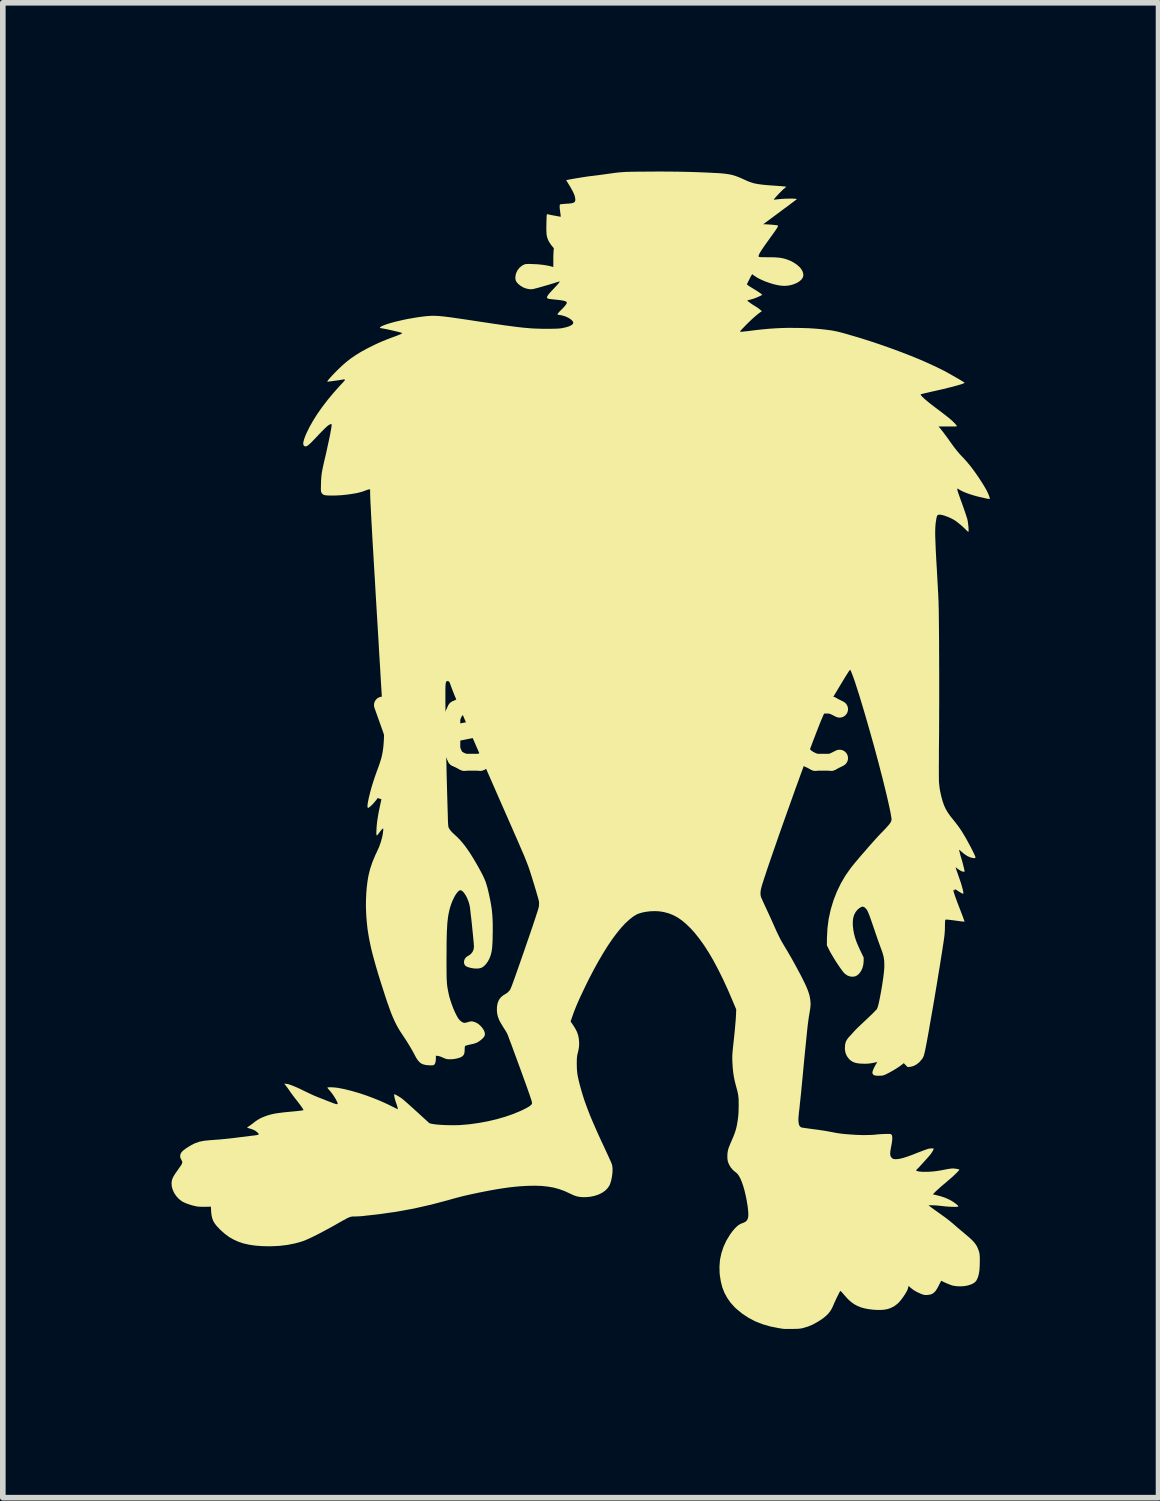
<source format=kicad_pcb>
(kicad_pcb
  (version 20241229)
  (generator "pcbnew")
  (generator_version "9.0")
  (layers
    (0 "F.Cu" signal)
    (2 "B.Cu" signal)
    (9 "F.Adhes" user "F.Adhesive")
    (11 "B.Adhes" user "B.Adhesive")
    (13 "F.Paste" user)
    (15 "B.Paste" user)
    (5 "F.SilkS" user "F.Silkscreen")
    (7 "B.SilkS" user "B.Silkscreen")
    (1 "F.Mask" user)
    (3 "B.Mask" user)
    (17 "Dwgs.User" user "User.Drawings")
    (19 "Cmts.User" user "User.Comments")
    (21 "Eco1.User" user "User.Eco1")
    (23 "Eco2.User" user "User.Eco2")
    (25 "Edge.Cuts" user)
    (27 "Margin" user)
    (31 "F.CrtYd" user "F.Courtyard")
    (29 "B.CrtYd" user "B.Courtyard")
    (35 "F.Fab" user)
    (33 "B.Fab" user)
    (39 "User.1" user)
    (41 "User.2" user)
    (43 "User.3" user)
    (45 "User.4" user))
  (footprint "yeti_pic"
    (layer "F.Cu")
    (at 7.85 9.813)
    (property "Reference" "yeti_pic" (at 0 0 0) (layer "F.SilkS") (effects (font (size 1.524 1.524) (thickness 0.3))))
    (attr board_only exclude_from_pos_files exclude_from_bom)
    (fp_poly (pts (xy 1.015 -9.812) (xy 1.189 -9.81) (xy 1.358 -9.806) (xy 1.523 -9.801) (xy 1.688 -9.794) (xy 1.803 -9.788) (xy 1.885 -9.784) (xy 1.956 -9.778) (xy 2.017 -9.771) (xy 2.072 -9.762) (xy 2.123 -9.751) (xy 2.172 -9.736) (xy 2.222 -9.718) (xy 2.275 -9.696) (xy 2.334 -9.669) (xy 2.339 -9.667) (xy 2.378 -9.649) (xy 2.414 -9.634) (xy 2.45 -9.621) (xy 2.485 -9.61) (xy 2.524 -9.6) (xy 2.566 -9.592) (xy 2.614 -9.585) (xy 2.669 -9.578) (xy 2.733 -9.572) (xy 2.808 -9.566) (xy 2.896 -9.56) (xy 2.899 -9.56) (xy 2.948 -9.556) (xy 2.992 -9.553) (xy 3.028 -9.549) (xy 3.057 -9.547) (xy 3.074 -9.544) (xy 3.079 -9.543) (xy 3.074 -9.537) (xy 3.06 -9.525) (xy 3.041 -9.508) (xy 3.035 -9.504) (xy 3.018 -9.489) (xy 2.996 -9.467) (xy 2.971 -9.442) (xy 2.944 -9.414) (xy 2.918 -9.386) (xy 2.894 -9.36) (xy 2.875 -9.338) (xy 2.862 -9.322) (xy 2.858 -9.315) (xy 2.864 -9.313) (xy 2.88 -9.314) (xy 2.895 -9.316) (xy 2.93 -9.32) (xy 2.971 -9.324) (xy 3.015 -9.328) (xy 3.062 -9.33) (xy 3.108 -9.331) (xy 3.152 -9.332) (xy 3.192 -9.332) (xy 3.225 -9.33) (xy 3.25 -9.328) (xy 3.265 -9.325) (xy 3.267 -9.321) (xy 3.261 -9.316) (xy 3.244 -9.303) (xy 3.218 -9.283) (xy 3.184 -9.258) (xy 3.143 -9.227) (xy 3.096 -9.191) (xy 3.043 -9.153) (xy 2.987 -9.111) (xy 2.967 -9.096) (xy 2.67 -8.876) (xy 2.712 -8.875) (xy 2.762 -8.872) (xy 2.809 -8.869) (xy 2.851 -8.865) (xy 2.887 -8.861) (xy 2.913 -8.858) (xy 2.928 -8.854) (xy 2.931 -8.853) (xy 2.933 -8.848) (xy 2.932 -8.842) (xy 2.928 -8.831) (xy 2.92 -8.816) (xy 2.907 -8.795) (xy 2.889 -8.768) (xy 2.864 -8.732) (xy 2.832 -8.688) (xy 2.793 -8.634) (xy 2.776 -8.609) (xy 2.726 -8.54) (xy 2.685 -8.482) (xy 2.652 -8.433) (xy 2.626 -8.393) (xy 2.607 -8.361) (xy 2.595 -8.336) (xy 2.589 -8.318) (xy 2.588 -8.305) (xy 2.592 -8.297) (xy 2.6 -8.293) (xy 2.61 -8.292) (xy 2.633 -8.291) (xy 2.665 -8.29) (xy 2.704 -8.29) (xy 2.749 -8.289) (xy 2.762 -8.289) (xy 2.835 -8.289) (xy 2.897 -8.286) (xy 2.95 -8.282) (xy 2.997 -8.275) (xy 3.042 -8.265) (xy 3.086 -8.252) (xy 3.153 -8.226) (xy 3.215 -8.193) (xy 3.271 -8.155) (xy 3.316 -8.115) (xy 3.343 -8.083) (xy 3.368 -8.041) (xy 3.381 -8.002) (xy 3.383 -7.963) (xy 3.382 -7.955) (xy 3.37 -7.921) (xy 3.345 -7.888) (xy 3.31 -7.858) (xy 3.266 -7.832) (xy 3.214 -7.81) (xy 3.157 -7.793) (xy 3.097 -7.783) (xy 3.04 -7.78) (xy 2.983 -7.784) (xy 2.918 -7.795) (xy 2.847 -7.812) (xy 2.774 -7.835) (xy 2.701 -7.861) (xy 2.633 -7.891) (xy 2.571 -7.922) (xy 2.519 -7.955) (xy 2.506 -7.964) (xy 2.474 -7.988) (xy 2.464 -7.972) (xy 2.456 -7.96) (xy 2.444 -7.938) (xy 2.43 -7.909) (xy 2.416 -7.882) (xy 2.379 -7.808) (xy 2.397 -7.792) (xy 2.41 -7.783) (xy 2.432 -7.768) (xy 2.461 -7.75) (xy 2.494 -7.73) (xy 2.507 -7.722) (xy 2.542 -7.701) (xy 2.574 -7.68) (xy 2.602 -7.661) (xy 2.622 -7.647) (xy 2.626 -7.644) (xy 2.654 -7.62) (xy 2.611 -7.599) (xy 2.561 -7.576) (xy 2.506 -7.555) (xy 2.454 -7.539) (xy 2.428 -7.533) (xy 2.407 -7.528) (xy 2.392 -7.523) (xy 2.387 -7.519) (xy 2.393 -7.512) (xy 2.409 -7.499) (xy 2.432 -7.481) (xy 2.461 -7.461) (xy 2.494 -7.439) (xy 2.527 -7.419) (xy 2.557 -7.4) (xy 2.586 -7.38) (xy 2.609 -7.362) (xy 2.615 -7.357) (xy 2.646 -7.33) (xy 2.616 -7.31) (xy 2.588 -7.289) (xy 2.551 -7.259) (xy 2.509 -7.223) (xy 2.463 -7.181) (xy 2.416 -7.136) (xy 2.368 -7.089) (xy 2.345 -7.065) (xy 2.312 -7.031) (xy 2.288 -7.006) (xy 2.272 -6.988) (xy 2.263 -6.976) (xy 2.259 -6.97) (xy 2.261 -6.966) (xy 2.267 -6.964) (xy 2.268 -6.964) (xy 2.281 -6.964) (xy 2.305 -6.966) (xy 2.339 -6.97) (xy 2.379 -6.974) (xy 2.423 -6.979) (xy 2.428 -6.98) (xy 2.555 -6.996) (xy 2.67 -7.008) (xy 2.778 -7.018) (xy 2.881 -7.025) (xy 2.982 -7.03) (xy 3.085 -7.033) (xy 3.192 -7.033) (xy 3.3 -7.032) (xy 3.397 -7.03) (xy 3.484 -7.027) (xy 3.564 -7.022) (xy 3.64 -7.016) (xy 3.718 -7.009) (xy 3.799 -6.999) (xy 3.863 -6.991) (xy 3.902 -6.985) (xy 3.94 -6.978) (xy 3.98 -6.969) (xy 4.025 -6.959) (xy 4.077 -6.945) (xy 4.139 -6.928) (xy 4.18 -6.916) (xy 4.371 -6.86) (xy 4.562 -6.8) (xy 4.75 -6.737) (xy 4.936 -6.672) (xy 5.116 -6.605) (xy 5.29 -6.538) (xy 5.456 -6.47) (xy 5.611 -6.402) (xy 5.755 -6.335) (xy 5.848 -6.289) (xy 5.884 -6.271) (xy 5.925 -6.249) (xy 5.97 -6.224) (xy 6.016 -6.198) (xy 6.062 -6.172) (xy 6.107 -6.146) (xy 6.149 -6.122) (xy 6.185 -6.1) (xy 6.215 -6.082) (xy 6.237 -6.068) (xy 6.249 -6.06) (xy 6.25 -6.058) (xy 6.243 -6.051) (xy 6.223 -6.042) (xy 6.191 -6.031) (xy 6.146 -6.017) (xy 6.091 -6.002) (xy 6.026 -5.984) (xy 5.951 -5.966) (xy 5.868 -5.945) (xy 5.776 -5.924) (xy 5.705 -5.908) (xy 5.65 -5.896) (xy 5.6 -5.884) (xy 5.555 -5.874) (xy 5.518 -5.865) (xy 5.491 -5.858) (xy 5.474 -5.854) (xy 5.471 -5.853) (xy 5.469 -5.845) (xy 5.478 -5.831) (xy 5.498 -5.809) (xy 5.527 -5.781) (xy 5.566 -5.747) (xy 5.613 -5.708) (xy 5.667 -5.665) (xy 5.73 -5.617) (xy 5.758 -5.596) (xy 5.805 -5.561) (xy 5.852 -5.525) (xy 5.897 -5.49) (xy 5.938 -5.458) (xy 5.972 -5.431) (xy 5.996 -5.411) (xy 6.032 -5.379) (xy 6.062 -5.349) (xy 6.087 -5.323) (xy 6.104 -5.303) (xy 6.113 -5.289) (xy 6.112 -5.283) (xy 6.104 -5.282) (xy 6.084 -5.281) (xy 6.054 -5.28) (xy 6.015 -5.28) (xy 5.971 -5.28) (xy 5.948 -5.28) (xy 5.787 -5.281) (xy 5.831 -5.229) (xy 5.847 -5.208) (xy 5.871 -5.178) (xy 5.898 -5.141) (xy 5.929 -5.1) (xy 5.96 -5.057) (xy 5.977 -5.033) (xy 6.017 -4.977) (xy 6.051 -4.93) (xy 6.081 -4.891) (xy 6.107 -4.857) (xy 6.133 -4.826) (xy 6.159 -4.795) (xy 6.188 -4.764) (xy 6.222 -4.728) (xy 6.234 -4.716) (xy 6.298 -4.644) (xy 6.366 -4.561) (xy 6.435 -4.468) (xy 6.505 -4.367) (xy 6.574 -4.26) (xy 6.631 -4.164) (xy 6.646 -4.136) (xy 6.661 -4.104) (xy 6.676 -4.071) (xy 6.688 -4.039) (xy 6.696 -4.014) (xy 6.699 -3.998) (xy 6.699 -3.997) (xy 6.698 -3.994) (xy 6.692 -3.992) (xy 6.681 -3.992) (xy 6.663 -3.995) (xy 6.635 -4) (xy 6.597 -4.009) (xy 6.561 -4.017) (xy 6.479 -4.036) (xy 6.401 -4.058) (xy 6.329 -4.081) (xy 6.264 -4.105) (xy 6.209 -4.129) (xy 6.166 -4.152) (xy 6.15 -4.162) (xy 6.138 -4.171) (xy 6.129 -4.175) (xy 6.123 -4.175) (xy 6.12 -4.169) (xy 6.121 -4.156) (xy 6.126 -4.135) (xy 6.135 -4.106) (xy 6.149 -4.066) (xy 6.167 -4.015) (xy 6.189 -3.952) (xy 6.195 -3.938) (xy 6.216 -3.879) (xy 6.236 -3.822) (xy 6.255 -3.768) (xy 6.271 -3.72) (xy 6.284 -3.68) (xy 6.294 -3.649) (xy 6.298 -3.635) (xy 6.305 -3.605) (xy 6.31 -3.57) (xy 6.315 -3.533) (xy 6.319 -3.496) (xy 6.321 -3.462) (xy 6.322 -3.435) (xy 6.32 -3.415) (xy 6.317 -3.407) (xy 6.316 -3.407) (xy 6.309 -3.411) (xy 6.294 -3.424) (xy 6.275 -3.443) (xy 6.268 -3.45) (xy 6.231 -3.486) (xy 6.187 -3.525) (xy 6.141 -3.563) (xy 6.098 -3.596) (xy 6.084 -3.606) (xy 6.044 -3.63) (xy 5.998 -3.653) (xy 5.949 -3.674) (xy 5.901 -3.692) (xy 5.857 -3.705) (xy 5.819 -3.712) (xy 5.804 -3.713) (xy 5.787 -3.711) (xy 5.774 -3.706) (xy 5.764 -3.695) (xy 5.756 -3.676) (xy 5.749 -3.647) (xy 5.743 -3.606) (xy 5.74 -3.588) (xy 5.736 -3.56) (xy 5.733 -3.531) (xy 5.731 -3.5) (xy 5.729 -3.467) (xy 5.728 -3.43) (xy 5.728 -3.389) (xy 5.728 -3.342) (xy 5.73 -3.288) (xy 5.732 -3.227) (xy 5.735 -3.157) (xy 5.738 -3.078) (xy 5.743 -2.989) (xy 5.748 -2.888) (xy 5.755 -2.776) (xy 5.762 -2.649) (xy 5.762 -2.648) (xy 5.766 -2.576) (xy 5.77 -2.501) (xy 5.774 -2.427) (xy 5.778 -2.355) (xy 5.782 -2.29) (xy 5.784 -2.233) (xy 5.786 -2.187) (xy 5.787 -2.184) (xy 5.788 -2.143) (xy 5.789 -2.089) (xy 5.791 -2.022) (xy 5.792 -1.944) (xy 5.793 -1.855) (xy 5.794 -1.758) (xy 5.795 -1.652) (xy 5.796 -1.538) (xy 5.797 -1.419) (xy 5.797 -1.294) (xy 5.798 -1.164) (xy 5.798 -1.031) (xy 5.799 -0.896) (xy 5.799 -0.76) (xy 5.799 -0.623) (xy 5.799 -0.486) (xy 5.799 -0.351) (xy 5.798 -0.219) (xy 5.798 -0.09) (xy 5.797 0.034) (xy 5.797 0.153) (xy 5.796 0.26) (xy 5.795 0.362) (xy 5.794 0.46) (xy 5.794 0.555) (xy 5.794 0.644) (xy 5.793 0.727) (xy 5.793 0.803) (xy 5.793 0.871) (xy 5.793 0.93) (xy 5.794 0.977) (xy 5.794 1.014) (xy 5.795 1.038) (xy 5.795 1.044) (xy 5.801 1.102) (xy 5.807 1.154) (xy 5.816 1.206) (xy 5.829 1.264) (xy 5.838 1.304) (xy 5.86 1.384) (xy 5.885 1.456) (xy 5.915 1.521) (xy 5.952 1.584) (xy 5.998 1.649) (xy 6.044 1.706) (xy 6.087 1.76) (xy 6.127 1.812) (xy 6.165 1.865) (xy 6.202 1.921) (xy 6.24 1.983) (xy 6.28 2.051) (xy 6.322 2.129) (xy 6.362 2.203) (xy 6.385 2.249) (xy 6.406 2.291) (xy 6.423 2.326) (xy 6.435 2.354) (xy 6.442 2.372) (xy 6.443 2.377) (xy 6.442 2.388) (xy 6.438 2.393) (xy 6.427 2.395) (xy 6.407 2.393) (xy 6.401 2.393) (xy 6.354 2.382) (xy 6.303 2.359) (xy 6.25 2.325) (xy 6.209 2.291) (xy 6.187 2.272) (xy 6.168 2.256) (xy 6.157 2.247) (xy 6.154 2.245) (xy 6.154 2.251) (xy 6.157 2.27) (xy 6.164 2.297) (xy 6.173 2.333) (xy 6.185 2.374) (xy 6.198 2.418) (xy 6.201 2.428) (xy 6.212 2.465) (xy 6.222 2.505) (xy 6.232 2.544) (xy 6.241 2.58) (xy 6.247 2.61) (xy 6.25 2.63) (xy 6.25 2.634) (xy 6.244 2.636) (xy 6.234 2.637) (xy 6.211 2.632) (xy 6.181 2.619) (xy 6.149 2.6) (xy 6.124 2.582) (xy 6.091 2.555) (xy 6.096 2.576) (xy 6.1 2.59) (xy 6.108 2.614) (xy 6.12 2.647) (xy 6.133 2.685) (xy 6.147 2.725) (xy 6.168 2.786) (xy 6.187 2.842) (xy 6.202 2.894) (xy 6.215 2.94) (xy 6.223 2.977) (xy 6.228 3.005) (xy 6.229 3.023) (xy 6.225 3.029) (xy 6.215 3.025) (xy 6.196 3.016) (xy 6.172 3.003) (xy 6.147 2.988) (xy 6.125 2.973) (xy 6.119 2.969) (xy 6.095 2.954) (xy 6.081 2.949) (xy 6.073 2.953) (xy 6.072 2.962) (xy 6.068 2.971) (xy 6.059 2.969) (xy 6.05 2.959) (xy 6.045 2.953) (xy 6.046 2.958) (xy 6.062 3.012) (xy 6.078 3.062) (xy 6.096 3.112) (xy 6.116 3.167) (xy 6.14 3.23) (xy 6.145 3.243) (xy 6.171 3.31) (xy 6.194 3.37) (xy 6.214 3.422) (xy 6.229 3.464) (xy 6.241 3.496) (xy 6.247 3.516) (xy 6.249 3.524) (xy 6.249 3.525) (xy 6.241 3.524) (xy 6.222 3.522) (xy 6.192 3.519) (xy 6.154 3.514) (xy 6.11 3.508) (xy 6.08 3.504) (xy 6.027 3.497) (xy 5.986 3.492) (xy 5.956 3.489) (xy 5.934 3.487) (xy 5.92 3.488) (xy 5.912 3.489) (xy 5.908 3.492) (xy 5.908 3.492) (xy 5.905 3.503) (xy 5.903 3.525) (xy 5.902 3.555) (xy 5.901 3.59) (xy 5.901 3.595) (xy 5.901 3.622) (xy 5.9 3.648) (xy 5.9 3.672) (xy 5.898 3.697) (xy 5.896 3.724) (xy 5.894 3.754) (xy 5.89 3.787) (xy 5.885 3.825) (xy 5.879 3.869) (xy 5.871 3.92) (xy 5.862 3.978) (xy 5.852 4.046) (xy 5.839 4.125) (xy 5.825 4.214) (xy 5.809 4.316) (xy 5.797 4.387) (xy 5.776 4.516) (xy 5.755 4.646) (xy 5.733 4.775) (xy 5.712 4.901) (xy 5.691 5.025) (xy 5.67 5.144) (xy 5.65 5.258) (xy 5.631 5.366) (xy 5.614 5.467) (xy 5.597 5.559) (xy 5.582 5.642) (xy 5.568 5.715) (xy 5.556 5.776) (xy 5.546 5.825) (xy 5.541 5.846) (xy 5.532 5.883) (xy 5.524 5.911) (xy 5.514 5.934) (xy 5.501 5.956) (xy 5.491 5.969) (xy 5.447 6.022) (xy 5.397 6.062) (xy 5.344 6.09) (xy 5.288 6.105) (xy 5.279 6.106) (xy 5.238 6.11) (xy 5.203 6.075) (xy 5.169 6.04) (xy 5.13 6.071) (xy 5.089 6.101) (xy 5.037 6.135) (xy 4.978 6.171) (xy 4.915 6.206) (xy 4.89 6.219) (xy 4.856 6.236) (xy 4.831 6.248) (xy 4.811 6.255) (xy 4.791 6.26) (xy 4.768 6.262) (xy 4.751 6.263) (xy 4.7 6.264) (xy 4.662 6.26) (xy 4.635 6.251) (xy 4.619 6.236) (xy 4.612 6.215) (xy 4.611 6.205) (xy 4.615 6.186) (xy 4.625 6.157) (xy 4.64 6.123) (xy 4.659 6.086) (xy 4.679 6.051) (xy 4.699 6.02) (xy 4.674 6.025) (xy 4.611 6.038) (xy 4.556 6.046) (xy 4.504 6.05) (xy 4.469 6.05) (xy 4.399 6.048) (xy 4.341 6.041) (xy 4.292 6.029) (xy 4.251 6.01) (xy 4.216 5.985) (xy 4.192 5.961) (xy 4.156 5.912) (xy 4.133 5.857) (xy 4.122 5.795) (xy 4.124 5.729) (xy 4.126 5.713) (xy 4.133 5.679) (xy 4.143 5.65) (xy 4.158 5.623) (xy 4.179 5.593) (xy 4.209 5.559) (xy 4.214 5.555) (xy 4.24 5.526) (xy 4.267 5.496) (xy 4.292 5.469) (xy 4.301 5.459) (xy 4.315 5.444) (xy 4.338 5.421) (xy 4.368 5.392) (xy 4.404 5.358) (xy 4.444 5.32) (xy 4.487 5.28) (xy 4.508 5.26) (xy 4.558 5.212) (xy 4.603 5.17) (xy 4.639 5.133) (xy 4.667 5.104) (xy 4.687 5.083) (xy 4.695 5.071) (xy 4.703 5.05) (xy 4.713 5.018) (xy 4.724 4.975) (xy 4.735 4.923) (xy 4.747 4.864) (xy 4.759 4.8) (xy 4.771 4.733) (xy 4.783 4.664) (xy 4.793 4.596) (xy 4.803 4.53) (xy 4.811 4.467) (xy 4.817 4.411) (xy 4.821 4.362) (xy 4.823 4.337) (xy 4.823 4.268) (xy 4.82 4.208) (xy 4.811 4.151) (xy 4.796 4.093) (xy 4.774 4.028) (xy 4.767 4.01) (xy 4.756 3.98) (xy 4.741 3.938) (xy 4.723 3.889) (xy 4.703 3.833) (xy 4.683 3.774) (xy 4.662 3.714) (xy 4.654 3.688) (xy 4.627 3.611) (xy 4.605 3.546) (xy 4.586 3.491) (xy 4.57 3.447) (xy 4.557 3.41) (xy 4.545 3.381) (xy 4.535 3.358) (xy 4.527 3.339) (xy 4.518 3.323) (xy 4.515 3.317) (xy 4.495 3.291) (xy 4.472 3.27) (xy 4.449 3.259) (xy 4.438 3.257) (xy 4.416 3.262) (xy 4.389 3.277) (xy 4.362 3.298) (xy 4.342 3.316) (xy 4.309 3.359) (xy 4.285 3.406) (xy 4.27 3.459) (xy 4.263 3.519) (xy 4.263 3.589) (xy 4.272 3.669) (xy 4.273 3.677) (xy 4.286 3.745) (xy 4.305 3.815) (xy 4.331 3.89) (xy 4.366 3.972) (xy 4.395 4.035) (xy 4.456 4.162) (xy 4.456 4.223) (xy 4.45 4.287) (xy 4.435 4.347) (xy 4.41 4.401) (xy 4.377 4.447) (xy 4.342 4.478) (xy 4.304 4.497) (xy 4.261 4.503) (xy 4.217 4.499) (xy 4.172 4.484) (xy 4.132 4.458) (xy 4.112 4.441) (xy 4.091 4.416) (xy 4.064 4.381) (xy 4.033 4.338) (xy 4 4.289) (xy 3.965 4.236) (xy 3.931 4.182) (xy 3.899 4.128) (xy 3.869 4.078) (xy 3.845 4.032) (xy 3.833 4.008) (xy 3.802 3.945) (xy 3.803 3.816) (xy 3.812 3.643) (xy 3.834 3.473) (xy 3.871 3.305) (xy 3.921 3.14) (xy 3.98 2.99) (xy 4.051 2.843) (xy 4.131 2.706) (xy 4.223 2.575) (xy 4.256 2.533) (xy 4.29 2.491) (xy 4.331 2.442) (xy 4.377 2.387) (xy 4.427 2.329) (xy 4.48 2.269) (xy 4.532 2.208) (xy 4.584 2.149) (xy 4.634 2.093) (xy 4.679 2.043) (xy 4.719 1.999) (xy 4.752 1.965) (xy 4.76 1.956) (xy 4.811 1.904) (xy 4.852 1.861) (xy 4.884 1.825) (xy 4.909 1.796) (xy 4.927 1.771) (xy 4.94 1.75) (xy 4.947 1.732) (xy 4.95 1.714) (xy 4.951 1.697) (xy 4.95 1.687) (xy 4.942 1.634) (xy 4.93 1.57) (xy 4.914 1.493) (xy 4.895 1.406) (xy 4.873 1.31) (xy 4.848 1.205) (xy 4.82 1.092) (xy 4.791 0.973) (xy 4.758 0.848) (xy 4.725 0.718) (xy 4.689 0.585) (xy 4.653 0.45) (xy 4.615 0.313) (xy 4.576 0.175) (xy 4.537 0.038) (xy 4.498 -0.098) (xy 4.459 -0.231) (xy 4.42 -0.361) (xy 4.382 -0.486) (xy 4.355 -0.571) (xy 4.334 -0.636) (xy 4.314 -0.699) (xy 4.294 -0.759) (xy 4.275 -0.813) (xy 4.257 -0.861) (xy 4.242 -0.9) (xy 4.23 -0.93) (xy 4.221 -0.948) (xy 4.219 -0.952) (xy 4.215 -0.952) (xy 4.207 -0.946) (xy 4.196 -0.932) (xy 4.181 -0.909) (xy 4.16 -0.876) (xy 4.133 -0.833) (xy 4.11 -0.796) (xy 4.052 -0.7) (xy 4.001 -0.615) (xy 3.956 -0.54) (xy 3.916 -0.473) (xy 3.881 -0.414) (xy 3.851 -0.362) (xy 3.824 -0.314) (xy 3.801 -0.271) (xy 3.78 -0.231) (xy 3.761 -0.192) (xy 3.743 -0.155) (xy 3.726 -0.117) (xy 3.709 -0.077) (xy 3.691 -0.034) (xy 3.672 0.013) (xy 3.665 0.032) (xy 3.635 0.107) (xy 3.602 0.193) (xy 3.565 0.289) (xy 3.525 0.395) (xy 3.482 0.509) (xy 3.438 0.63) (xy 3.391 0.757) (xy 3.342 0.889) (xy 3.293 1.025) (xy 3.242 1.164) (xy 3.192 1.305) (xy 3.141 1.448) (xy 3.09 1.59) (xy 3.04 1.731) (xy 2.991 1.869) (xy 2.943 2.005) (xy 2.898 2.136) (xy 2.854 2.262) (xy 2.813 2.381) (xy 2.774 2.494) (xy 2.739 2.597) (xy 2.708 2.692) (xy 2.68 2.775) (xy 2.657 2.848) (xy 2.643 2.893) (xy 2.627 2.958) (xy 2.621 3.013) (xy 2.624 3.061) (xy 2.63 3.083) (xy 2.635 3.097) (xy 2.646 3.121) (xy 2.661 3.155) (xy 2.679 3.195) (xy 2.7 3.241) (xy 2.723 3.289) (xy 2.723 3.29) (xy 2.749 3.346) (xy 2.776 3.404) (xy 2.803 3.463) (xy 2.828 3.519) (xy 2.85 3.567) (xy 2.861 3.593) (xy 2.897 3.674) (xy 2.93 3.744) (xy 2.962 3.809) (xy 2.995 3.872) (xy 3.032 3.935) (xy 3.073 4.004) (xy 3.078 4.012) (xy 3.105 4.057) (xy 3.136 4.111) (xy 3.17 4.169) (xy 3.204 4.23) (xy 3.236 4.288) (xy 3.253 4.319) (xy 3.303 4.412) (xy 3.347 4.495) (xy 3.383 4.567) (xy 3.414 4.631) (xy 3.44 4.688) (xy 3.461 4.739) (xy 3.477 4.785) (xy 3.49 4.827) (xy 3.499 4.867) (xy 3.506 4.906) (xy 3.51 4.945) (xy 3.51 4.952) (xy 3.512 4.972) (xy 3.512 4.991) (xy 3.512 5.009) (xy 3.51 5.03) (xy 3.507 5.056) (xy 3.503 5.087) (xy 3.496 5.128) (xy 3.488 5.179) (xy 3.482 5.213) (xy 3.478 5.239) (xy 3.474 5.27) (xy 3.469 5.307) (xy 3.463 5.351) (xy 3.457 5.403) (xy 3.451 5.462) (xy 3.444 5.531) (xy 3.436 5.609) (xy 3.427 5.697) (xy 3.417 5.796) (xy 3.406 5.907) (xy 3.394 6.031) (xy 3.381 6.168) (xy 3.375 6.236) (xy 3.364 6.349) (xy 3.354 6.449) (xy 3.346 6.539) (xy 3.337 6.622) (xy 3.329 6.699) (xy 3.321 6.772) (xy 3.314 6.844) (xy 3.305 6.916) (xy 3.303 6.942) (xy 3.296 7.011) (xy 3.296 7.068) (xy 3.301 7.113) (xy 3.311 7.147) (xy 3.328 7.17) (xy 3.35 7.183) (xy 3.357 7.185) (xy 3.372 7.187) (xy 3.398 7.191) (xy 3.433 7.196) (xy 3.474 7.202) (xy 3.519 7.208) (xy 3.524 7.209) (xy 3.626 7.222) (xy 3.715 7.235) (xy 3.791 7.247) (xy 3.855 7.259) (xy 3.909 7.269) (xy 3.976 7.282) (xy 4.054 7.293) (xy 4.139 7.302) (xy 4.23 7.309) (xy 4.323 7.315) (xy 4.415 7.318) (xy 4.503 7.318) (xy 4.585 7.316) (xy 4.656 7.312) (xy 4.678 7.309) (xy 4.721 7.305) (xy 4.765 7.302) (xy 4.81 7.3) (xy 4.852 7.298) (xy 4.889 7.298) (xy 4.919 7.299) (xy 4.938 7.301) (xy 4.943 7.303) (xy 4.956 7.318) (xy 4.963 7.341) (xy 4.965 7.374) (xy 4.962 7.419) (xy 4.954 7.475) (xy 4.946 7.515) (xy 4.936 7.571) (xy 4.929 7.617) (xy 4.928 7.652) (xy 4.93 7.68) (xy 4.938 7.701) (xy 4.951 7.719) (xy 4.961 7.729) (xy 4.975 7.739) (xy 4.99 7.744) (xy 5.011 7.747) (xy 5.031 7.747) (xy 5.064 7.745) (xy 5.102 7.739) (xy 5.145 7.729) (xy 5.195 7.714) (xy 5.254 7.694) (xy 5.323 7.669) (xy 5.395 7.64) (xy 5.444 7.621) (xy 5.491 7.603) (xy 5.533 7.587) (xy 5.568 7.575) (xy 5.594 7.566) (xy 5.607 7.562) (xy 5.64 7.557) (xy 5.668 7.555) (xy 5.689 7.556) (xy 5.7 7.56) (xy 5.701 7.563) (xy 5.698 7.575) (xy 5.687 7.595) (xy 5.673 7.62) (xy 5.656 7.645) (xy 5.642 7.665) (xy 5.63 7.679) (xy 5.61 7.702) (xy 5.585 7.731) (xy 5.555 7.764) (xy 5.524 7.799) (xy 5.493 7.833) (xy 5.463 7.865) (xy 5.438 7.893) (xy 5.418 7.913) (xy 5.407 7.924) (xy 5.392 7.939) (xy 5.39 7.949) (xy 5.4 7.956) (xy 5.411 7.96) (xy 5.446 7.967) (xy 5.492 7.971) (xy 5.546 7.972) (xy 5.608 7.971) (xy 5.673 7.967) (xy 5.739 7.96) (xy 5.805 7.95) (xy 5.829 7.946) (xy 5.887 7.935) (xy 5.933 7.926) (xy 5.969 7.92) (xy 5.997 7.916) (xy 6.02 7.913) (xy 6.038 7.912) (xy 6.055 7.913) (xy 6.071 7.914) (xy 6.09 7.917) (xy 6.095 7.917) (xy 6.123 7.922) (xy 6.144 7.927) (xy 6.156 7.931) (xy 6.158 7.933) (xy 6.152 7.943) (xy 6.137 7.961) (xy 6.113 7.986) (xy 6.081 8.017) (xy 6.043 8.053) (xy 5.999 8.092) (xy 5.951 8.133) (xy 5.919 8.161) (xy 5.877 8.196) (xy 5.837 8.23) (xy 5.8 8.263) (xy 5.768 8.292) (xy 5.743 8.315) (xy 5.731 8.326) (xy 5.686 8.372) (xy 5.742 8.385) (xy 5.827 8.407) (xy 5.905 8.433) (xy 5.98 8.467) (xy 5.987 8.471) (xy 6.02 8.489) (xy 6.052 8.509) (xy 6.083 8.531) (xy 6.109 8.551) (xy 6.128 8.568) (xy 6.138 8.582) (xy 6.139 8.588) (xy 6.13 8.592) (xy 6.109 8.594) (xy 6.078 8.595) (xy 6.039 8.594) (xy 5.996 8.593) (xy 5.949 8.59) (xy 5.902 8.586) (xy 5.857 8.581) (xy 5.854 8.581) (xy 5.809 8.576) (xy 5.762 8.571) (xy 5.719 8.568) (xy 5.683 8.567) (xy 5.674 8.567) (xy 5.607 8.566) (xy 5.652 8.601) (xy 5.673 8.616) (xy 5.702 8.638) (xy 5.738 8.663) (xy 5.777 8.691) (xy 5.812 8.716) (xy 5.859 8.75) (xy 5.897 8.777) (xy 5.929 8.801) (xy 5.956 8.822) (xy 5.983 8.843) (xy 6.01 8.865) (xy 6.041 8.891) (xy 6.065 8.912) (xy 6.094 8.937) (xy 6.131 8.969) (xy 6.172 9.004) (xy 6.216 9.04) (xy 6.258 9.076) (xy 6.265 9.082) (xy 6.322 9.13) (xy 6.369 9.172) (xy 6.407 9.211) (xy 6.437 9.247) (xy 6.461 9.282) (xy 6.48 9.319) (xy 6.496 9.359) (xy 6.506 9.389) (xy 6.512 9.409) (xy 6.516 9.429) (xy 6.518 9.452) (xy 6.52 9.481) (xy 6.521 9.518) (xy 6.521 9.564) (xy 6.519 9.65) (xy 6.514 9.724) (xy 6.504 9.787) (xy 6.49 9.84) (xy 6.471 9.885) (xy 6.455 9.913) (xy 6.429 9.939) (xy 6.392 9.963) (xy 6.346 9.981) (xy 6.293 9.996) (xy 6.234 10.005) (xy 6.174 10.008) (xy 6.113 10.006) (xy 6.055 9.998) (xy 6.034 9.993) (xy 6.006 9.984) (xy 5.97 9.97) (xy 5.931 9.954) (xy 5.891 9.936) (xy 5.857 9.92) (xy 5.837 9.908) (xy 5.833 9.914) (xy 5.824 9.929) (xy 5.811 9.954) (xy 5.796 9.984) (xy 5.793 9.99) (xy 5.764 10.045) (xy 5.737 10.087) (xy 5.708 10.118) (xy 5.678 10.14) (xy 5.643 10.154) (xy 5.602 10.16) (xy 5.587 10.162) (xy 5.556 10.162) (xy 5.532 10.16) (xy 5.507 10.153) (xy 5.479 10.143) (xy 5.405 10.11) (xy 5.342 10.073) (xy 5.293 10.035) (xy 5.255 10) (xy 5.246 10.036) (xy 5.236 10.067) (xy 5.217 10.105) (xy 5.192 10.147) (xy 5.163 10.191) (xy 5.131 10.235) (xy 5.099 10.275) (xy 5.068 10.308) (xy 5.059 10.316) (xy 4.999 10.362) (xy 4.93 10.396) (xy 4.877 10.413) (xy 4.824 10.423) (xy 4.762 10.428) (xy 4.692 10.428) (xy 4.62 10.423) (xy 4.547 10.414) (xy 4.477 10.401) (xy 4.414 10.384) (xy 4.405 10.381) (xy 4.342 10.355) (xy 4.285 10.324) (xy 4.23 10.284) (xy 4.176 10.235) (xy 4.121 10.174) (xy 4.111 10.162) (xy 4.087 10.134) (xy 4.067 10.112) (xy 4.051 10.096) (xy 4.042 10.089) (xy 4.04 10.089) (xy 4.034 10.099) (xy 4.023 10.119) (xy 4.009 10.147) (xy 3.992 10.181) (xy 3.974 10.217) (xy 3.957 10.255) (xy 3.94 10.29) (xy 3.927 10.32) (xy 3.918 10.341) (xy 3.893 10.397) (xy 3.864 10.446) (xy 3.829 10.491) (xy 3.787 10.533) (xy 3.736 10.575) (xy 3.674 10.617) (xy 3.627 10.646) (xy 3.546 10.69) (xy 3.466 10.723) (xy 3.393 10.745) (xy 3.367 10.752) (xy 3.343 10.757) (xy 3.317 10.76) (xy 3.288 10.763) (xy 3.252 10.764) (xy 3.206 10.765) (xy 3.186 10.765) (xy 3.141 10.766) (xy 3.101 10.766) (xy 3.067 10.766) (xy 3.043 10.765) (xy 3.029 10.764) (xy 3.029 10.764) (xy 3.014 10.762) (xy 2.99 10.758) (xy 2.959 10.753) (xy 2.94 10.75) (xy 2.794 10.721) (xy 2.657 10.681) (xy 2.528 10.63) (xy 2.408 10.567) (xy 2.297 10.494) (xy 2.195 10.41) (xy 2.161 10.378) (xy 2.089 10.298) (xy 2.03 10.214) (xy 1.981 10.124) (xy 1.943 10.027) (xy 1.916 9.921) (xy 1.898 9.806) (xy 1.895 9.774) (xy 1.892 9.653) (xy 1.902 9.533) (xy 1.927 9.416) (xy 1.965 9.302) (xy 2.016 9.193) (xy 2.08 9.088) (xy 2.119 9.034) (xy 2.159 8.986) (xy 2.196 8.948) (xy 2.231 8.919) (xy 2.266 8.898) (xy 2.306 8.882) (xy 2.316 8.879) (xy 2.353 8.861) (xy 2.382 8.833) (xy 2.399 8.795) (xy 2.401 8.785) (xy 2.405 8.753) (xy 2.405 8.709) (xy 2.401 8.655) (xy 2.394 8.592) (xy 2.383 8.523) (xy 2.376 8.481) (xy 2.357 8.387) (xy 2.336 8.299) (xy 2.313 8.22) (xy 2.289 8.151) (xy 2.264 8.092) (xy 2.238 8.044) (xy 2.212 8.008) (xy 2.191 7.989) (xy 2.137 7.945) (xy 2.093 7.894) (xy 2.06 7.838) (xy 2.041 7.787) (xy 2.034 7.743) (xy 2.032 7.692) (xy 2.035 7.639) (xy 2.043 7.589) (xy 2.045 7.582) (xy 2.052 7.557) (xy 2.065 7.522) (xy 2.081 7.483) (xy 2.098 7.441) (xy 2.106 7.424) (xy 2.134 7.359) (xy 2.156 7.303) (xy 2.174 7.252) (xy 2.188 7.204) (xy 2.2 7.153) (xy 2.21 7.097) (xy 2.215 7.067) (xy 2.222 7.017) (xy 2.227 6.973) (xy 2.23 6.931) (xy 2.232 6.885) (xy 2.233 6.831) (xy 2.234 6.795) (xy 2.233 6.738) (xy 2.233 6.691) (xy 2.23 6.651) (xy 2.226 6.615) (xy 2.22 6.579) (xy 2.211 6.539) (xy 2.199 6.493) (xy 2.188 6.453) (xy 2.166 6.368) (xy 2.149 6.286) (xy 2.136 6.202) (xy 2.127 6.112) (xy 2.124 6.054) (xy 2.121 6.005) (xy 2.12 5.964) (xy 2.12 5.928) (xy 2.121 5.892) (xy 2.124 5.852) (xy 2.128 5.804) (xy 2.131 5.778) (xy 2.136 5.725) (xy 2.143 5.664) (xy 2.15 5.597) (xy 2.157 5.531) (xy 2.163 5.471) (xy 2.164 5.463) (xy 2.169 5.407) (xy 2.174 5.349) (xy 2.179 5.292) (xy 2.183 5.241) (xy 2.185 5.199) (xy 2.186 5.188) (xy 2.19 5.084) (xy 2.129 4.939) (xy 2.042 4.737) (xy 1.956 4.549) (xy 1.87 4.376) (xy 1.785 4.216) (xy 1.7 4.071) (xy 1.615 3.939) (xy 1.53 3.821) (xy 1.446 3.716) (xy 1.379 3.643) (xy 1.301 3.567) (xy 1.225 3.503) (xy 1.15 3.451) (xy 1.074 3.41) (xy 0.995 3.378) (xy 0.911 3.355) (xy 0.861 3.346) (xy 0.796 3.338) (xy 0.726 3.337) (xy 0.655 3.34) (xy 0.584 3.349) (xy 0.518 3.362) (xy 0.46 3.379) (xy 0.422 3.395) (xy 0.356 3.435) (xy 0.288 3.489) (xy 0.216 3.555) (xy 0.142 3.635) (xy 0.066 3.728) (xy -0.012 3.833) (xy -0.092 3.95) (xy -0.173 4.08) (xy -0.256 4.221) (xy -0.34 4.373) (xy -0.425 4.536) (xy -0.485 4.657) (xy -0.535 4.762) (xy -0.579 4.855) (xy -0.617 4.939) (xy -0.65 5.015) (xy -0.678 5.084) (xy -0.702 5.147) (xy -0.715 5.185) (xy -0.755 5.299) (xy -0.712 5.361) (xy -0.671 5.426) (xy -0.64 5.487) (xy -0.62 5.547) (xy -0.608 5.608) (xy -0.603 5.675) (xy -0.603 5.684) (xy -0.604 5.725) (xy -0.607 5.761) (xy -0.613 5.797) (xy -0.622 5.839) (xy -0.624 5.844) (xy -0.631 5.875) (xy -0.637 5.901) (xy -0.64 5.926) (xy -0.643 5.954) (xy -0.644 5.986) (xy -0.645 6.028) (xy -0.645 6.054) (xy -0.644 6.107) (xy -0.642 6.155) (xy -0.638 6.2) (xy -0.632 6.245) (xy -0.623 6.293) (xy -0.611 6.348) (xy -0.595 6.411) (xy -0.587 6.442) (xy -0.564 6.525) (xy -0.539 6.609) (xy -0.512 6.693) (xy -0.481 6.781) (xy -0.447 6.872) (xy -0.409 6.969) (xy -0.366 7.072) (xy -0.318 7.183) (xy -0.264 7.304) (xy -0.204 7.435) (xy -0.176 7.494) (xy -0.142 7.568) (xy -0.113 7.63) (xy -0.089 7.682) (xy -0.07 7.724) (xy -0.054 7.759) (xy -0.042 7.786) (xy -0.033 7.808) (xy -0.026 7.825) (xy -0.021 7.839) (xy -0.018 7.851) (xy -0.015 7.862) (xy -0.014 7.868) (xy -0.009 7.907) (xy -0.009 7.955) (xy -0.013 8.01) (xy -0.021 8.066) (xy -0.032 8.12) (xy -0.046 8.169) (xy -0.061 8.209) (xy -0.061 8.209) (xy -0.094 8.26) (xy -0.139 8.306) (xy -0.194 8.344) (xy -0.258 8.376) (xy -0.331 8.4) (xy -0.411 8.416) (xy -0.481 8.422) (xy -0.545 8.422) (xy -0.6 8.417) (xy -0.652 8.406) (xy -0.705 8.387) (xy -0.763 8.36) (xy -0.77 8.357) (xy -0.862 8.314) (xy -0.956 8.28) (xy -1.054 8.253) (xy -1.157 8.235) (xy -1.267 8.223) (xy -1.385 8.219) (xy -1.515 8.221) (xy -1.552 8.223) (xy -1.651 8.229) (xy -1.75 8.238) (xy -1.85 8.249) (xy -1.954 8.264) (xy -2.064 8.281) (xy -2.182 8.302) (xy -2.311 8.327) (xy -2.372 8.339) (xy -2.462 8.358) (xy -2.541 8.375) (xy -2.613 8.391) (xy -2.683 8.408) (xy -2.753 8.426) (xy -2.828 8.446) (xy -2.91 8.469) (xy -2.922 8.473) (xy -3.236 8.556) (xy -3.546 8.626) (xy -3.853 8.682) (xy -4.157 8.725) (xy -4.233 8.734) (xy -4.28 8.739) (xy -4.331 8.745) (xy -4.381 8.75) (xy -4.422 8.755) (xy -4.422 8.755) (xy -4.466 8.76) (xy -4.515 8.763) (xy -4.562 8.765) (xy -4.586 8.766) (xy -4.608 8.766) (xy -4.627 8.766) (xy -4.644 8.768) (xy -4.661 8.771) (xy -4.679 8.776) (xy -4.699 8.784) (xy -4.723 8.795) (xy -4.753 8.811) (xy -4.79 8.831) (xy -4.836 8.856) (xy -4.891 8.888) (xy -4.928 8.909) (xy -5.019 8.96) (xy -5.108 9.008) (xy -5.192 9.053) (xy -5.271 9.094) (xy -5.344 9.13) (xy -5.409 9.16) (xy -5.464 9.185) (xy -5.51 9.203) (xy -5.527 9.209) (xy -5.652 9.244) (xy -5.786 9.271) (xy -5.926 9.288) (xy -6.068 9.295) (xy -6.111 9.296) (xy -6.242 9.293) (xy -6.36 9.284) (xy -6.469 9.268) (xy -6.568 9.246) (xy -6.659 9.216) (xy -6.743 9.178) (xy -6.823 9.133) (xy -6.898 9.078) (xy -6.971 9.014) (xy -7.002 8.983) (xy -7.049 8.933) (xy -7.085 8.886) (xy -7.111 8.84) (xy -7.128 8.792) (xy -7.14 8.738) (xy -7.146 8.675) (xy -7.146 8.67) (xy -7.15 8.591) (xy -7.247 8.594) (xy -7.289 8.594) (xy -7.331 8.593) (xy -7.369 8.591) (xy -7.397 8.588) (xy -7.398 8.588) (xy -7.44 8.579) (xy -7.488 8.567) (xy -7.538 8.551) (xy -7.586 8.534) (xy -7.628 8.516) (xy -7.66 8.5) (xy -7.666 8.496) (xy -7.719 8.455) (xy -7.765 8.405) (xy -7.802 8.35) (xy -7.829 8.292) (xy -7.846 8.232) (xy -7.85 8.172) (xy -7.847 8.143) (xy -7.842 8.119) (xy -7.835 8.096) (xy -7.824 8.071) (xy -7.809 8.044) (xy -7.789 8.011) (xy -7.761 7.971) (xy -7.738 7.938) (xy -7.709 7.896) (xy -7.686 7.864) (xy -7.671 7.839) (xy -7.662 7.82) (xy -7.659 7.804) (xy -7.66 7.79) (xy -7.666 7.776) (xy -7.675 7.759) (xy -7.676 7.757) (xy -7.689 7.732) (xy -7.695 7.713) (xy -7.696 7.693) (xy -7.695 7.682) (xy -7.691 7.657) (xy -7.68 7.635) (xy -7.663 7.613) (xy -7.637 7.589) (xy -7.601 7.561) (xy -7.574 7.543) (xy -7.499 7.497) (xy -7.428 7.462) (xy -7.355 7.437) (xy -7.276 7.421) (xy -7.195 7.412) (xy -7.118 7.406) (xy -7.053 7.401) (xy -6.997 7.397) (xy -6.947 7.392) (xy -6.901 7.388) (xy -6.855 7.383) (xy -6.808 7.378) (xy -6.757 7.372) (xy -6.699 7.365) (xy -6.63 7.356) (xy -6.592 7.352) (xy -6.544 7.346) (xy -6.495 7.34) (xy -6.45 7.334) (xy -6.412 7.329) (xy -6.388 7.327) (xy -6.347 7.321) (xy -6.319 7.316) (xy -6.304 7.31) (xy -6.3 7.301) (xy -6.306 7.289) (xy -6.322 7.273) (xy -6.329 7.266) (xy -6.358 7.244) (xy -6.391 7.226) (xy -6.434 7.21) (xy -6.463 7.201) (xy -6.49 7.193) (xy -6.504 7.185) (xy -6.504 7.179) (xy -6.493 7.173) (xy -6.482 7.167) (xy -6.463 7.154) (xy -6.438 7.136) (xy -6.409 7.114) (xy -6.407 7.113) (xy -6.361 7.077) (xy -6.321 7.05) (xy -6.284 7.028) (xy -6.246 7.009) (xy -6.207 6.993) (xy -6.163 6.976) (xy -6.119 6.962) (xy -6.075 6.95) (xy -6.026 6.939) (xy -5.972 6.93) (xy -5.91 6.922) (xy -5.838 6.913) (xy -5.766 6.906) (xy -5.691 6.899) (xy -5.629 6.893) (xy -5.581 6.888) (xy -5.545 6.883) (xy -5.52 6.879) (xy -5.507 6.876) (xy -5.504 6.875) (xy -5.506 6.867) (xy -5.516 6.85) (xy -5.533 6.825) (xy -5.555 6.793) (xy -5.582 6.757) (xy -5.613 6.716) (xy -5.638 6.685) (xy -5.667 6.648) (xy -5.698 6.606) (xy -5.728 6.566) (xy -5.752 6.531) (xy -5.752 6.53) (xy -5.774 6.499) (xy -5.795 6.47) (xy -5.813 6.446) (xy -5.824 6.431) (xy -5.847 6.405) (xy -5.805 6.408) (xy -5.773 6.414) (xy -5.73 6.428) (xy -5.676 6.449) (xy -5.61 6.477) (xy -5.532 6.514) (xy -5.459 6.55) (xy -5.412 6.572) (xy -5.357 6.598) (xy -5.3 6.623) (xy -5.247 6.645) (xy -5.227 6.653) (xy -5.18 6.671) (xy -5.129 6.691) (xy -5.08 6.711) (xy -5.036 6.728) (xy -5.017 6.735) (xy -4.973 6.752) (xy -4.941 6.763) (xy -4.918 6.769) (xy -4.905 6.769) (xy -4.898 6.765) (xy -4.896 6.758) (xy -4.901 6.74) (xy -4.913 6.713) (xy -4.931 6.679) (xy -4.953 6.643) (xy -4.978 6.604) (xy -5.005 6.568) (xy -5.031 6.535) (xy -5.048 6.516) (xy -5.065 6.497) (xy -5.076 6.482) (xy -5.079 6.473) (xy -5.078 6.473) (xy -5.068 6.47) (xy -5.046 6.469) (xy -5.017 6.469) (xy -4.982 6.47) (xy -4.944 6.473) (xy -4.908 6.477) (xy -4.876 6.482) (xy -4.766 6.504) (xy -4.647 6.534) (xy -4.522 6.57) (xy -4.395 6.612) (xy -4.268 6.659) (xy -4.144 6.709) (xy -4.026 6.762) (xy -3.964 6.792) (xy -3.826 6.861) (xy -3.831 6.834) (xy -3.835 6.815) (xy -3.843 6.787) (xy -3.854 6.756) (xy -3.86 6.738) (xy -3.871 6.705) (xy -3.88 6.672) (xy -3.887 6.641) (xy -3.891 6.616) (xy -3.892 6.599) (xy -3.889 6.592) (xy -3.888 6.592) (xy -3.876 6.596) (xy -3.856 6.606) (xy -3.829 6.621) (xy -3.801 6.638) (xy -3.773 6.656) (xy -3.752 6.671) (xy -3.736 6.684) (xy -3.711 6.705) (xy -3.679 6.733) (xy -3.64 6.767) (xy -3.597 6.806) (xy -3.55 6.848) (xy -3.501 6.893) (xy -3.484 6.908) (xy -3.264 7.109) (xy -3.205 7.122) (xy -3.171 7.127) (xy -3.125 7.132) (xy -3.07 7.136) (xy -3.009 7.14) (xy -2.945 7.142) (xy -2.88 7.143) (xy -2.817 7.143) (xy -2.759 7.142) (xy -2.723 7.141) (xy -2.558 7.127) (xy -2.392 7.104) (xy -2.229 7.074) (xy -2.07 7.037) (xy -1.918 6.993) (xy -1.773 6.943) (xy -1.639 6.887) (xy -1.581 6.859) (xy -1.531 6.833) (xy -1.493 6.811) (xy -1.466 6.791) (xy -1.449 6.774) (xy -1.441 6.758) (xy -1.44 6.749) (xy -1.442 6.736) (xy -1.448 6.712) (xy -1.458 6.68) (xy -1.471 6.641) (xy -1.485 6.598) (xy -1.489 6.587) (xy -1.508 6.534) (xy -1.529 6.474) (xy -1.553 6.407) (xy -1.579 6.336) (xy -1.606 6.26) (xy -1.634 6.183) (xy -1.663 6.104) (xy -1.692 6.025) (xy -1.72 5.948) (xy -1.748 5.873) (xy -1.774 5.802) (xy -1.798 5.735) (xy -1.821 5.675) (xy -1.841 5.623) (xy -1.857 5.579) (xy -1.87 5.544) (xy -1.88 5.521) (xy -1.884 5.511) (xy -1.895 5.492) (xy -1.911 5.464) (xy -1.932 5.431) (xy -1.954 5.397) (xy -1.959 5.388) (xy -1.997 5.326) (xy -2.026 5.27) (xy -2.046 5.217) (xy -2.059 5.165) (xy -2.065 5.111) (xy -2.065 5.11) (xy -2.064 5.037) (xy -2.052 4.972) (xy -2.03 4.917) (xy -1.997 4.871) (xy -1.953 4.834) (xy -1.93 4.821) (xy -1.882 4.79) (xy -1.844 4.753) (xy -1.828 4.729) (xy -1.824 4.721) (xy -1.818 4.708) (xy -1.811 4.691) (xy -1.802 4.668) (xy -1.791 4.64) (xy -1.778 4.604) (xy -1.762 4.56) (xy -1.743 4.508) (xy -1.722 4.447) (xy -1.697 4.376) (xy -1.668 4.294) (xy -1.635 4.2) (xy -1.598 4.094) (xy -1.577 4.034) (xy -1.532 3.902) (xy -1.491 3.784) (xy -1.455 3.678) (xy -1.423 3.584) (xy -1.396 3.503) (xy -1.373 3.433) (xy -1.354 3.375) (xy -1.339 3.328) (xy -1.328 3.291) (xy -1.321 3.264) (xy -1.318 3.25) (xy -1.315 3.19) (xy -1.318 3.162) (xy -1.322 3.146) (xy -1.329 3.117) (xy -1.34 3.079) (xy -1.354 3.031) (xy -1.369 2.977) (xy -1.387 2.918) (xy -1.406 2.854) (xy -1.419 2.814) (xy -1.433 2.767) (xy -1.446 2.725) (xy -1.459 2.686) (xy -1.47 2.649) (xy -1.481 2.615) (xy -1.493 2.581) (xy -1.504 2.548) (xy -1.517 2.514) (xy -1.531 2.477) (xy -1.546 2.439) (xy -1.563 2.396) (xy -1.582 2.349) (xy -1.605 2.297) (xy -1.63 2.239) (xy -1.658 2.173) (xy -1.69 2.099) (xy -1.726 2.017) (xy -1.767 1.924) (xy -1.812 1.82) (xy -1.863 1.705) (xy -1.89 1.643) (xy -1.985 1.427) (xy -2.074 1.224) (xy -2.157 1.034) (xy -2.235 0.856) (xy -2.308 0.689) (xy -2.376 0.533) (xy -2.439 0.389) (xy -2.497 0.255) (xy -2.55 0.132) (xy -2.599 0.018) (xy -2.644 -0.086) (xy -2.684 -0.18) (xy -2.721 -0.266) (xy -2.753 -0.343) (xy -2.782 -0.412) (xy -2.807 -0.473) (xy -2.829 -0.526) (xy -2.847 -0.572) (xy -2.862 -0.611) (xy -2.874 -0.643) (xy -2.884 -0.67) (xy -2.886 -0.677) (xy -2.899 -0.712) (xy -2.91 -0.736) (xy -2.922 -0.749) (xy -2.934 -0.754) (xy -2.942 -0.754) (xy -2.951 -0.753) (xy -2.958 -0.75) (xy -2.965 -0.745) (xy -2.97 -0.736) (xy -2.973 -0.723) (xy -2.976 -0.704) (xy -2.979 -0.678) (xy -2.98 -0.644) (xy -2.981 -0.6) (xy -2.981 -0.546) (xy -2.981 -0.48) (xy -2.981 -0.402) (xy -2.981 -0.374) (xy -2.98 -0.287) (xy -2.979 -0.187) (xy -2.978 -0.075) (xy -2.976 0.046) (xy -2.974 0.175) (xy -2.971 0.312) (xy -2.969 0.454) (xy -2.966 0.6) (xy -2.962 0.748) (xy -2.959 0.898) (xy -2.955 1.046) (xy -2.951 1.194) (xy -2.947 1.337) (xy -2.943 1.476) (xy -2.939 1.609) (xy -2.937 1.675) (xy -2.936 1.727) (xy -2.934 1.766) (xy -2.932 1.796) (xy -2.93 1.818) (xy -2.928 1.834) (xy -2.924 1.847) (xy -2.919 1.859) (xy -2.913 1.871) (xy -2.911 1.873) (xy -2.891 1.902) (xy -2.86 1.937) (xy -2.83 1.965) (xy -2.777 2.014) (xy -2.727 2.064) (xy -2.68 2.118) (xy -2.633 2.177) (xy -2.586 2.242) (xy -2.537 2.315) (xy -2.485 2.398) (xy -2.43 2.492) (xy -2.416 2.516) (xy -2.375 2.589) (xy -2.341 2.652) (xy -2.312 2.709) (xy -2.288 2.761) (xy -2.267 2.812) (xy -2.25 2.864) (xy -2.234 2.919) (xy -2.219 2.98) (xy -2.203 3.049) (xy -2.2 3.065) (xy -2.182 3.15) (xy -2.168 3.228) (xy -2.157 3.302) (xy -2.149 3.375) (xy -2.144 3.45) (xy -2.14 3.531) (xy -2.139 3.618) (xy -2.139 3.717) (xy -2.14 3.743) (xy -2.141 3.818) (xy -2.143 3.881) (xy -2.146 3.934) (xy -2.149 3.978) (xy -2.153 4.017) (xy -2.159 4.051) (xy -2.166 4.084) (xy -2.175 4.117) (xy -2.18 4.134) (xy -2.201 4.186) (xy -2.228 4.235) (xy -2.261 4.28) (xy -2.296 4.316) (xy -2.333 4.341) (xy -2.338 4.343) (xy -2.374 4.354) (xy -2.42 4.358) (xy -2.471 4.356) (xy -2.523 4.348) (xy -2.574 4.334) (xy -2.607 4.321) (xy -2.631 4.302) (xy -2.646 4.275) (xy -2.651 4.243) (xy -2.645 4.208) (xy -2.638 4.192) (xy -2.623 4.168) (xy -2.604 4.149) (xy -2.578 4.133) (xy -2.568 4.128) (xy -2.529 4.1) (xy -2.499 4.063) (xy -2.48 4.019) (xy -2.473 3.971) (xy -2.473 3.969) (xy -2.474 3.952) (xy -2.476 3.922) (xy -2.479 3.882) (xy -2.484 3.834) (xy -2.489 3.778) (xy -2.495 3.718) (xy -2.502 3.654) (xy -2.508 3.589) (xy -2.515 3.524) (xy -2.522 3.462) (xy -2.529 3.404) (xy -2.535 3.352) (xy -2.54 3.307) (xy -2.544 3.272) (xy -2.548 3.249) (xy -2.549 3.243) (xy -2.562 3.191) (xy -2.58 3.14) (xy -2.601 3.092) (xy -2.624 3.049) (xy -2.649 3.013) (xy -2.673 2.986) (xy -2.697 2.969) (xy -2.714 2.965) (xy -2.735 2.971) (xy -2.757 2.99) (xy -2.782 3.02) (xy -2.807 3.058) (xy -2.832 3.104) (xy -2.856 3.156) (xy -2.878 3.212) (xy -2.897 3.27) (xy -2.904 3.297) (xy -2.914 3.338) (xy -2.923 3.379) (xy -2.931 3.422) (xy -2.937 3.468) (xy -2.943 3.518) (xy -2.948 3.573) (xy -2.951 3.634) (xy -2.955 3.703) (xy -2.957 3.78) (xy -2.959 3.867) (xy -2.96 3.965) (xy -2.96 4.076) (xy -2.961 4.169) (xy -2.961 4.261) (xy -2.961 4.34) (xy -2.96 4.407) (xy -2.96 4.465) (xy -2.959 4.514) (xy -2.957 4.556) (xy -2.955 4.593) (xy -2.953 4.626) (xy -2.95 4.656) (xy -2.946 4.685) (xy -2.941 4.715) (xy -2.935 4.747) (xy -2.928 4.782) (xy -2.928 4.782) (xy -2.913 4.85) (xy -2.892 4.923) (xy -2.867 4.996) (xy -2.84 5.068) (xy -2.811 5.134) (xy -2.782 5.193) (xy -2.754 5.241) (xy -2.752 5.244) (xy -2.724 5.278) (xy -2.693 5.304) (xy -2.662 5.32) (xy -2.64 5.324) (xy -2.622 5.321) (xy -2.596 5.315) (xy -2.576 5.309) (xy -2.536 5.298) (xy -2.499 5.298) (xy -2.46 5.309) (xy -2.432 5.321) (xy -2.391 5.346) (xy -2.354 5.379) (xy -2.322 5.416) (xy -2.297 5.455) (xy -2.282 5.493) (xy -2.278 5.521) (xy -2.281 5.545) (xy -2.292 5.569) (xy -2.312 5.594) (xy -2.343 5.622) (xy -2.347 5.626) (xy -2.387 5.656) (xy -2.425 5.677) (xy -2.469 5.692) (xy -2.491 5.698) (xy -2.542 5.709) (xy -2.581 5.718) (xy -2.607 5.725) (xy -2.624 5.731) (xy -2.631 5.735) (xy -2.634 5.745) (xy -2.637 5.765) (xy -2.638 5.793) (xy -2.639 5.807) (xy -2.641 5.846) (xy -2.647 5.874) (xy -2.658 5.896) (xy -2.676 5.914) (xy -2.692 5.927) (xy -2.718 5.939) (xy -2.754 5.951) (xy -2.797 5.961) (xy -2.842 5.968) (xy -2.885 5.971) (xy -2.908 5.971) (xy -2.942 5.969) (xy -2.969 5.964) (xy -2.994 5.955) (xy -3.022 5.943) (xy -3.052 5.929) (xy -3.084 5.918) (xy -3.11 5.912) (xy -3.113 5.912) (xy -3.15 5.907) (xy -3.15 5.952) (xy -3.153 6.002) (xy -3.162 6.04) (xy -3.176 6.064) (xy -3.18 6.067) (xy -3.189 6.073) (xy -3.201 6.077) (xy -3.219 6.079) (xy -3.245 6.079) (xy -3.271 6.078) (xy -3.323 6.074) (xy -3.367 6.064) (xy -3.405 6.049) (xy -3.438 6.025) (xy -3.468 5.992) (xy -3.498 5.948) (xy -3.529 5.891) (xy -3.532 5.884) (xy -3.573 5.809) (xy -3.621 5.727) (xy -3.677 5.637) (xy -3.743 5.537) (xy -3.751 5.525) (xy -3.788 5.469) (xy -3.822 5.412) (xy -3.854 5.353) (xy -3.885 5.29) (xy -3.916 5.221) (xy -3.947 5.145) (xy -3.978 5.06) (xy -4.012 4.965) (xy -4.048 4.857) (xy -4.097 4.704) (xy -4.142 4.564) (xy -4.182 4.434) (xy -4.217 4.314) (xy -4.248 4.203) (xy -4.276 4.1) (xy -4.3 4.003) (xy -4.32 3.911) (xy -4.338 3.823) (xy -4.352 3.739) (xy -4.365 3.656) (xy -4.374 3.574) (xy -4.382 3.491) (xy -4.388 3.407) (xy -4.39 3.369) (xy -4.394 3.258) (xy -4.393 3.142) (xy -4.388 3.027) (xy -4.379 2.914) (xy -4.366 2.808) (xy -4.35 2.712) (xy -4.35 2.712) (xy -4.32 2.589) (xy -4.278 2.463) (xy -4.225 2.337) (xy -4.198 2.281) (xy -4.159 2.194) (xy -4.127 2.103) (xy -4.103 2.012) (xy -4.093 1.958) (xy -4.089 1.925) (xy -4.086 1.898) (xy -4.085 1.878) (xy -4.086 1.87) (xy -4.093 1.869) (xy -4.104 1.877) (xy -4.121 1.896) (xy -4.145 1.926) (xy -4.153 1.936) (xy -4.17 1.96) (xy -4.185 1.978) (xy -4.195 1.99) (xy -4.197 1.991) (xy -4.203 1.99) (xy -4.207 1.978) (xy -4.209 1.954) (xy -4.208 1.917) (xy -4.205 1.866) (xy -4.205 1.859) (xy -4.201 1.805) (xy -4.195 1.751) (xy -4.187 1.695) (xy -4.177 1.634) (xy -4.165 1.567) (xy -4.149 1.49) (xy -4.133 1.415) (xy -4.123 1.367) (xy -4.113 1.323) (xy -4.105 1.285) (xy -4.099 1.255) (xy -4.095 1.235) (xy -4.094 1.229) (xy -4.092 1.215) (xy -4.094 1.213) (xy -4.103 1.223) (xy -4.103 1.223) (xy -4.112 1.234) (xy -4.127 1.254) (xy -4.148 1.28) (xy -4.171 1.31) (xy -4.181 1.323) (xy -4.219 1.372) (xy -4.252 1.411) (xy -4.28 1.442) (xy -4.306 1.467) (xy -4.33 1.487) (xy -4.346 1.498) (xy -4.356 1.501) (xy -4.362 1.496) (xy -4.363 1.496) (xy -4.366 1.481) (xy -4.366 1.453) (xy -4.361 1.415) (xy -4.352 1.368) (xy -4.34 1.313) (xy -4.325 1.251) (xy -4.308 1.185) (xy -4.288 1.115) (xy -4.266 1.043) (xy -4.242 0.97) (xy -4.217 0.898) (xy -4.197 0.842) (xy -4.172 0.775) (xy -4.152 0.718) (xy -4.136 0.668) (xy -4.122 0.623) (xy -4.111 0.579) (xy -4.102 0.534) (xy -4.098 0.517) (xy -4.091 0.47) (xy -4.084 0.415) (xy -4.079 0.355) (xy -4.075 0.295) (xy -4.073 0.24) (xy -4.073 0.193) (xy -4.074 0.185) (xy -4.078 0.113) (xy -4.082 0.04) (xy -4.086 -0.032) (xy -4.09 -0.106) (xy -4.094 -0.182) (xy -4.099 -0.261) (xy -4.104 -0.344) (xy -4.109 -0.432) (xy -4.114 -0.527) (xy -4.12 -0.628) (xy -4.127 -0.737) (xy -4.134 -0.855) (xy -4.141 -0.982) (xy -4.15 -1.12) (xy -4.159 -1.27) (xy -4.168 -1.432) (xy -4.176 -1.568) (xy -4.19 -1.796) (xy -4.203 -2.01) (xy -4.215 -2.211) (xy -4.226 -2.399) (xy -4.236 -2.575) (xy -4.246 -2.738) (xy -4.255 -2.89) (xy -4.263 -3.03) (xy -4.271 -3.159) (xy -4.278 -3.279) (xy -4.284 -3.388) (xy -4.289 -3.487) (xy -4.295 -3.578) (xy -4.299 -3.66) (xy -4.303 -3.733) (xy -4.306 -3.799) (xy -4.309 -3.857) (xy -4.312 -3.908) (xy -4.314 -3.953) (xy -4.316 -3.991) (xy -4.317 -4.024) (xy -4.318 -4.052) (xy -4.319 -4.074) (xy -4.319 -4.092) (xy -4.319 -4.098) (xy -4.319 -4.162) (xy -4.337 -4.162) (xy -4.353 -4.159) (xy -4.376 -4.152) (xy -4.403 -4.141) (xy -4.407 -4.14) (xy -4.452 -4.123) (xy -4.51 -4.107) (xy -4.577 -4.092) (xy -4.651 -4.08) (xy -4.729 -4.069) (xy -4.81 -4.06) (xy -4.89 -4.055) (xy -4.967 -4.052) (xy -4.982 -4.052) (xy -5.037 -4.052) (xy -5.079 -4.054) (xy -5.112 -4.057) (xy -5.136 -4.062) (xy -5.154 -4.07) (xy -5.168 -4.081) (xy -5.179 -4.095) (xy -5.182 -4.099) (xy -5.187 -4.108) (xy -5.19 -4.118) (xy -5.193 -4.13) (xy -5.194 -4.147) (xy -5.195 -4.171) (xy -5.194 -4.205) (xy -5.193 -4.25) (xy -5.193 -4.262) (xy -5.191 -4.318) (xy -5.188 -4.367) (xy -5.184 -4.412) (xy -5.178 -4.457) (xy -5.169 -4.506) (xy -5.158 -4.56) (xy -5.144 -4.624) (xy -5.139 -4.647) (xy -5.115 -4.748) (xy -5.093 -4.844) (xy -5.074 -4.934) (xy -5.056 -5.016) (xy -5.04 -5.09) (xy -5.027 -5.156) (xy -5.017 -5.212) (xy -5.009 -5.257) (xy -5.005 -5.291) (xy -5.003 -5.312) (xy -5.005 -5.321) (xy -5.017 -5.323) (xy -5.037 -5.316) (xy -5.064 -5.299) (xy -5.086 -5.282) (xy -5.102 -5.267) (xy -5.126 -5.244) (xy -5.156 -5.214) (xy -5.191 -5.179) (xy -5.228 -5.14) (xy -5.266 -5.099) (xy -5.269 -5.097) (xy -5.316 -5.047) (xy -5.355 -5.007) (xy -5.387 -4.976) (xy -5.413 -4.953) (xy -5.434 -4.937) (xy -5.451 -4.929) (xy -5.466 -4.926) (xy -5.479 -4.928) (xy -5.491 -4.934) (xy -5.493 -4.936) (xy -5.505 -4.951) (xy -5.509 -4.976) (xy -5.504 -5.011) (xy -5.492 -5.056) (xy -5.472 -5.111) (xy -5.449 -5.164) (xy -5.396 -5.273) (xy -5.331 -5.387) (xy -5.256 -5.506) (xy -5.17 -5.628) (xy -5.074 -5.753) (xy -4.97 -5.878) (xy -4.858 -6.004) (xy -4.825 -6.039) (xy -4.798 -6.068) (xy -4.78 -6.088) (xy -4.77 -6.101) (xy -4.767 -6.109) (xy -4.769 -6.114) (xy -4.772 -6.115) (xy -4.787 -6.118) (xy -4.793 -6.117) (xy -4.803 -6.115) (xy -4.824 -6.111) (xy -4.853 -6.107) (xy -4.889 -6.101) (xy -4.927 -6.096) (xy -4.966 -6.09) (xy -5.003 -6.085) (xy -5.036 -6.081) (xy -5.061 -6.078) (xy -5.077 -6.076) (xy -5.081 -6.076) (xy -5.079 -6.084) (xy -5.068 -6.101) (xy -5.049 -6.125) (xy -5.022 -6.155) (xy -4.989 -6.192) (xy -4.95 -6.232) (xy -4.908 -6.275) (xy -4.904 -6.279) (xy -4.823 -6.357) (xy -4.744 -6.426) (xy -4.663 -6.489) (xy -4.579 -6.547) (xy -4.487 -6.604) (xy -4.385 -6.66) (xy -4.322 -6.692) (xy -4.246 -6.73) (xy -4.174 -6.764) (xy -4.101 -6.795) (xy -4.025 -6.826) (xy -3.94 -6.859) (xy -3.884 -6.879) (xy -3.834 -6.898) (xy -3.796 -6.913) (xy -3.771 -6.924) (xy -3.756 -6.933) (xy -3.75 -6.939) (xy -3.754 -6.944) (xy -3.756 -6.945) (xy -3.774 -6.95) (xy -3.802 -6.958) (xy -3.839 -6.967) (xy -3.882 -6.977) (xy -3.927 -6.988) (xy -3.973 -6.998) (xy -4.016 -7.008) (xy -4.053 -7.015) (xy -4.083 -7.021) (xy -4.101 -7.024) (xy -4.102 -7.024) (xy -4.128 -7.028) (xy -4.143 -7.033) (xy -4.146 -7.037) (xy -4.135 -7.049) (xy -4.112 -7.064) (xy -4.077 -7.079) (xy -4.032 -7.096) (xy -3.978 -7.113) (xy -3.916 -7.131) (xy -3.849 -7.148) (xy -3.776 -7.165) (xy -3.7 -7.182) (xy -3.622 -7.197) (xy -3.542 -7.211) (xy -3.463 -7.224) (xy -3.386 -7.234) (xy -3.364 -7.237) (xy -3.327 -7.241) (xy -3.292 -7.244) (xy -3.258 -7.246) (xy -3.223 -7.248) (xy -3.188 -7.248) (xy -3.15 -7.247) (xy -3.108 -7.245) (xy -3.062 -7.241) (xy -3.011 -7.236) (xy -2.953 -7.229) (xy -2.887 -7.221) (xy -2.813 -7.21) (xy -2.729 -7.198) (xy -2.634 -7.184) (xy -2.527 -7.168) (xy -2.408 -7.15) (xy -2.391 -7.147) (xy -2.254 -7.127) (xy -2.131 -7.108) (xy -2.019 -7.092) (xy -1.918 -7.077) (xy -1.826 -7.065) (xy -1.742 -7.054) (xy -1.666 -7.045) (xy -1.596 -7.037) (xy -1.53 -7.031) (xy -1.469 -7.026) (xy -1.41 -7.022) (xy -1.352 -7.02) (xy -1.295 -7.018) (xy -1.237 -7.017) (xy -1.177 -7.017) (xy -1.172 -7.017) (xy -1.106 -7.017) (xy -1.052 -7.018) (xy -1.008 -7.019) (xy -0.972 -7.021) (xy -0.941 -7.024) (xy -0.914 -7.027) (xy -0.904 -7.029) (xy -0.845 -7.042) (xy -0.795 -7.056) (xy -0.755 -7.073) (xy -0.726 -7.092) (xy -0.71 -7.111) (xy -0.707 -7.121) (xy -0.711 -7.142) (xy -0.728 -7.164) (xy -0.754 -7.187) (xy -0.788 -7.209) (xy -0.828 -7.229) (xy -0.871 -7.245) (xy -0.916 -7.257) (xy -0.947 -7.262) (xy -0.97 -7.266) (xy -0.985 -7.271) (xy -0.989 -7.275) (xy -0.985 -7.283) (xy -0.973 -7.299) (xy -0.954 -7.321) (xy -0.929 -7.346) (xy -0.918 -7.357) (xy -0.879 -7.397) (xy -0.851 -7.429) (xy -0.833 -7.454) (xy -0.823 -7.473) (xy -0.823 -7.487) (xy -0.826 -7.493) (xy -0.84 -7.504) (xy -0.866 -7.513) (xy -0.903 -7.521) (xy -0.952 -7.528) (xy -1.015 -7.535) (xy -1.023 -7.536) (xy -1.063 -7.54) (xy -1.1 -7.544) (xy -1.13 -7.548) (xy -1.15 -7.552) (xy -1.156 -7.554) (xy -1.169 -7.561) (xy -1.175 -7.571) (xy -1.174 -7.584) (xy -1.165 -7.602) (xy -1.148 -7.627) (xy -1.122 -7.658) (xy -1.086 -7.698) (xy -1.068 -7.716) (xy -1.027 -7.761) (xy -0.994 -7.796) (xy -0.971 -7.823) (xy -0.956 -7.842) (xy -0.949 -7.853) (xy -0.949 -7.857) (xy -0.957 -7.857) (xy -0.975 -7.852) (xy -1 -7.845) (xy -1.017 -7.84) (xy -1.06 -7.826) (xy -1.109 -7.811) (xy -1.162 -7.795) (xy -1.215 -7.78) (xy -1.267 -7.765) (xy -1.316 -7.751) (xy -1.36 -7.739) (xy -1.397 -7.73) (xy -1.424 -7.723) (xy -1.439 -7.721) (xy -1.488 -7.721) (xy -1.541 -7.732) (xy -1.595 -7.752) (xy -1.644 -7.781) (xy -1.684 -7.813) (xy -1.713 -7.846) (xy -1.73 -7.877) (xy -1.737 -7.91) (xy -1.736 -7.949) (xy -1.724 -8.005) (xy -1.699 -8.057) (xy -1.664 -8.102) (xy -1.621 -8.138) (xy -1.597 -8.151) (xy -1.581 -8.159) (xy -1.566 -8.164) (xy -1.551 -8.168) (xy -1.531 -8.169) (xy -1.504 -8.17) (xy -1.467 -8.169) (xy -1.457 -8.169) (xy -1.338 -8.164) (xy -1.229 -8.152) (xy -1.131 -8.134) (xy -1.078 -8.12) (xy -1.062 -8.116) (xy -1.062 -8.23) (xy -1.062 -8.274) (xy -1.061 -8.317) (xy -1.06 -8.356) (xy -1.058 -8.387) (xy -1.058 -8.396) (xy -1.053 -8.449) (xy -1.091 -8.495) (xy -1.112 -8.524) (xy -1.133 -8.556) (xy -1.148 -8.584) (xy -1.149 -8.585) (xy -1.161 -8.612) (xy -1.17 -8.638) (xy -1.177 -8.666) (xy -1.182 -8.697) (xy -1.184 -8.734) (xy -1.186 -8.778) (xy -1.186 -8.833) (xy -1.185 -8.889) (xy -1.183 -8.943) (xy -1.182 -8.984) (xy -1.181 -9.014) (xy -1.179 -9.034) (xy -1.177 -9.047) (xy -1.175 -9.054) (xy -1.171 -9.056) (xy -1.17 -9.055) (xy -1.155 -9.052) (xy -1.131 -9.046) (xy -1.1 -9.04) (xy -1.065 -9.033) (xy -1.029 -9.027) (xy -0.995 -9.02) (xy -0.966 -9.015) (xy -0.943 -9.011) (xy -0.931 -9.01) (xy -0.93 -9.01) (xy -0.93 -9.018) (xy -0.932 -9.036) (xy -0.935 -9.062) (xy -0.937 -9.076) (xy -0.945 -9.131) (xy -0.949 -9.174) (xy -0.949 -9.206) (xy -0.945 -9.224) (xy -0.942 -9.229) (xy -0.931 -9.231) (xy -0.909 -9.234) (xy -0.88 -9.237) (xy -0.845 -9.239) (xy -0.842 -9.24) (xy -0.787 -9.243) (xy -0.744 -9.248) (xy -0.713 -9.255) (xy -0.691 -9.265) (xy -0.678 -9.279) (xy -0.672 -9.296) (xy -0.671 -9.319) (xy -0.672 -9.328) (xy -0.677 -9.36) (xy -0.687 -9.395) (xy -0.704 -9.435) (xy -0.727 -9.481) (xy -0.758 -9.536) (xy -0.773 -9.561) (xy -0.834 -9.66) (xy -0.789 -9.669) (xy -0.748 -9.677) (xy -0.7 -9.685) (xy -0.648 -9.694) (xy -0.594 -9.703) (xy -0.542 -9.711) (xy -0.493 -9.719) (xy -0.451 -9.725) (xy -0.418 -9.73) (xy -0.399 -9.732) (xy -0.375 -9.734) (xy -0.34 -9.739) (xy -0.298 -9.744) (xy -0.251 -9.75) (xy -0.203 -9.757) (xy -0.2 -9.757) (xy -0.127 -9.767) (xy -0.065 -9.776) (xy -0.011 -9.783) (xy 0.037 -9.79) (xy 0.081 -9.795) (xy 0.122 -9.799) (xy 0.162 -9.802) (xy 0.202 -9.805) (xy 0.245 -9.807) (xy 0.291 -9.808) (xy 0.344 -9.81) (xy 0.404 -9.81) (xy 0.473 -9.811) (xy 0.553 -9.811) (xy 0.638 -9.812) (xy 0.832 -9.813)) (stroke (width 0) (type solid)) (fill yes) (layer "F.SilkS")))
  (gr_rect
    (start -3 -3)
    (end 17.549 23.579)
    (stroke (width 0.1) (type default))
    (fill no)
    (layer "Edge.Cuts")))
</source>
